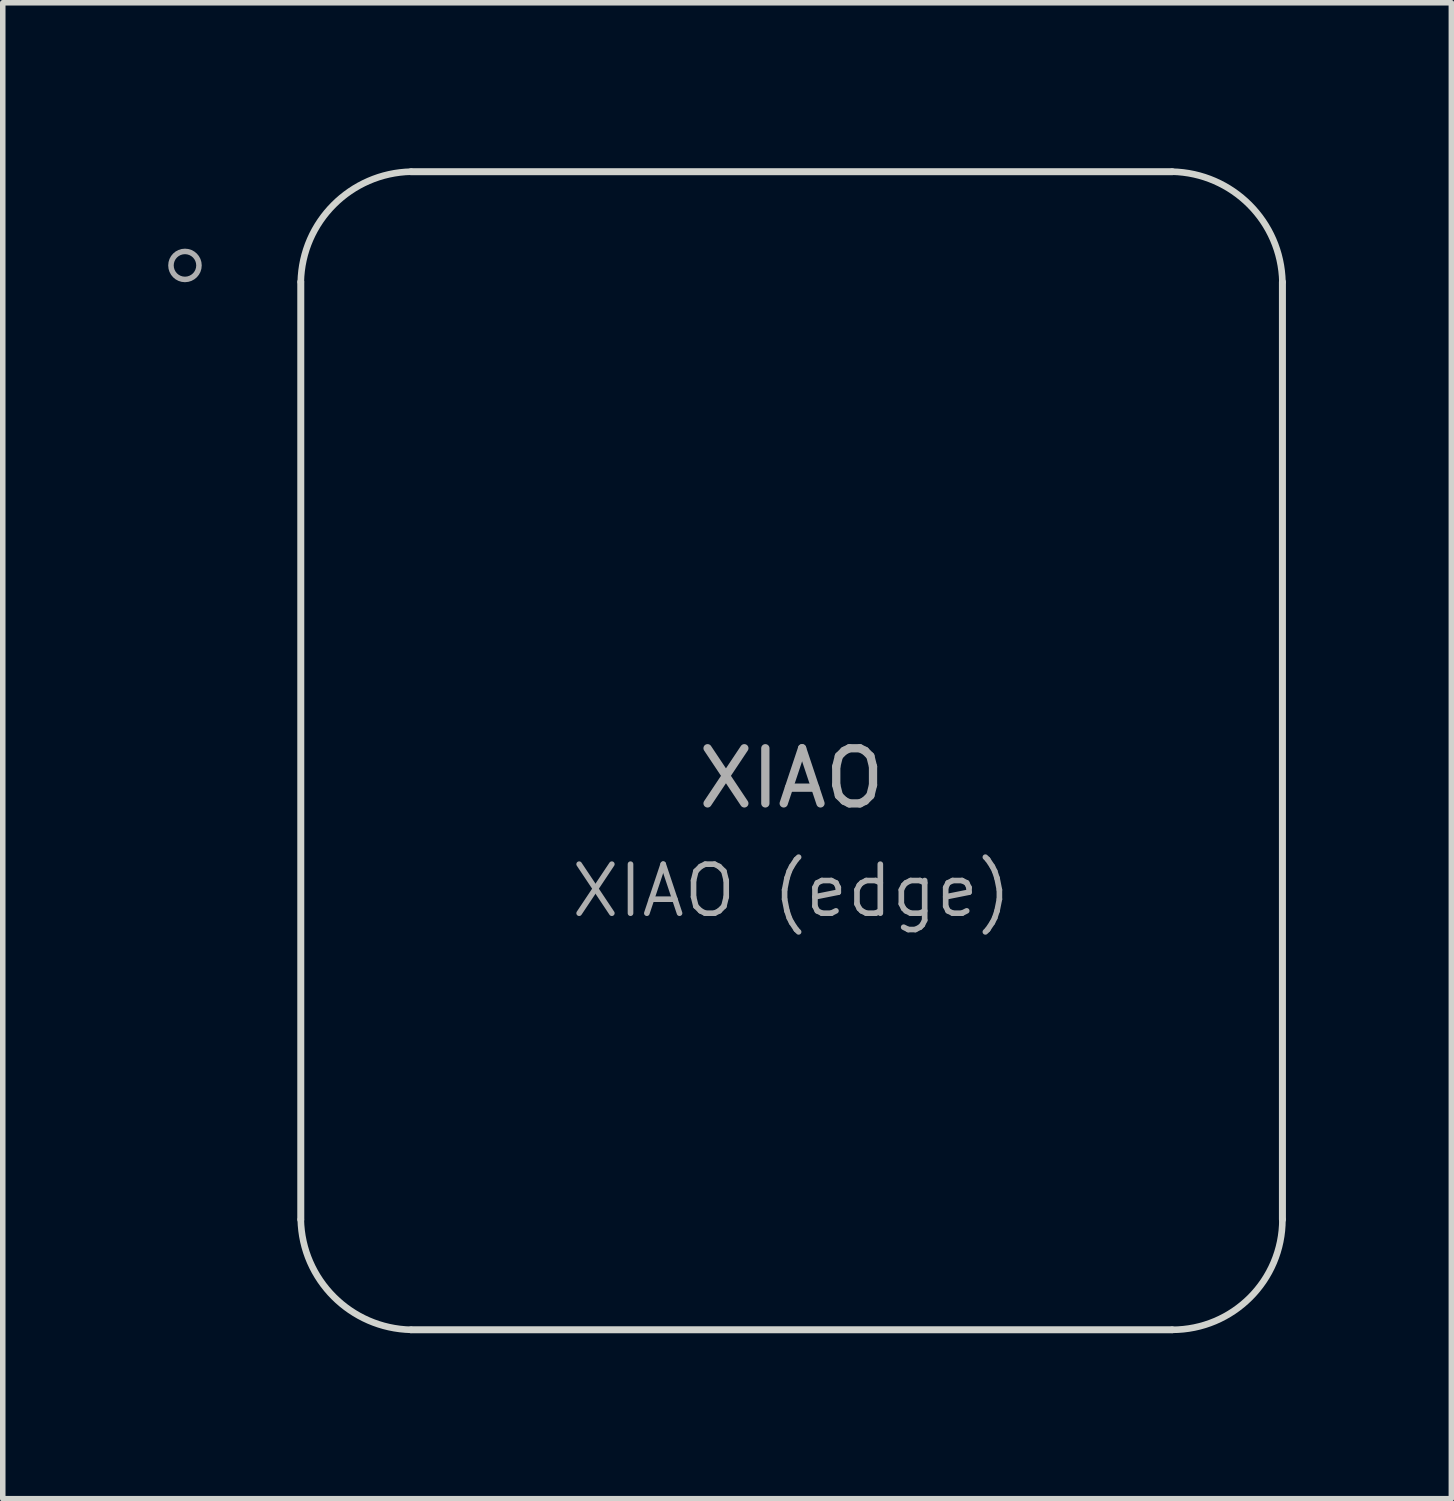
<source format=kicad_pcb>
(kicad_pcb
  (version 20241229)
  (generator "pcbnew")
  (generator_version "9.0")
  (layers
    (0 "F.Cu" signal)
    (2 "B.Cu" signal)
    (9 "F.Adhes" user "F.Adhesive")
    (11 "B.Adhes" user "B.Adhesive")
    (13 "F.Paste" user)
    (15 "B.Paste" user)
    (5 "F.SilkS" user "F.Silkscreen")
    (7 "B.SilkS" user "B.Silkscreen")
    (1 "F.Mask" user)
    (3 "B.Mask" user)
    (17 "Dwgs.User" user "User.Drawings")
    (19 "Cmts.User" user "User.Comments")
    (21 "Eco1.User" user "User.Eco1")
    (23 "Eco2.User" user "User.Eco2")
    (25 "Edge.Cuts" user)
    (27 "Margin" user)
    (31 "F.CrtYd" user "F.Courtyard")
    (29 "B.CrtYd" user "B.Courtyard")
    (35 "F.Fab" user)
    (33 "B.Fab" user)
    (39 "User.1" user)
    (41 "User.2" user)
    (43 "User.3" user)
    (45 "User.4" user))
  (footprint "XIAO (edge)"
    (layer "F.Cu")
    (at 11.304 10.563)
    (property "Reference" "XIAO (edge)" (at 0 2.54 0) (layer "F.Fab") (effects (font (size 0.889 0.889) (thickness 0.102))))
    (attr smd)
    (fp_line (start -8.9 -8.5) (end -8.9 8.5) (stroke (width 0.127) (type solid)) (layer "Edge.Cuts"))
    (fp_line (start -6.9 10.5) (end 6.9 10.5) (stroke (width 0.127) (type solid)) (layer "Edge.Cuts"))
    (fp_line (start 6.9 -10.499) (end -6.9 -10.499) (stroke (width 0.127) (type solid)) (layer "Edge.Cuts"))
    (fp_line (start 8.9 8.5) (end 8.9 -8.5) (stroke (width 0.127) (type solid)) (layer "Edge.Cuts"))
    (fp_arc (start -8.9 -8.5) (mid -8.301491 -9.901491) (end -6.9 -10.5) (stroke (width 0.12) (type solid)) (layer "Edge.Cuts"))
    (fp_arc (start -6.9 10.5) (mid -8.301423 9.901423) (end -8.9 8.5) (stroke (width 0.12) (type solid)) (layer "Edge.Cuts"))
    (fp_arc (start 6.9 -10.5) (mid 8.301494 -9.901494) (end 8.9 -8.5) (stroke (width 0.12) (type solid)) (layer "Edge.Cuts"))
    (fp_arc (start 8.9 8.5) (mid 8.314214 9.914214) (end 6.9 10.5) (stroke (width 0.12) (type solid)) (layer "Edge.Cuts"))
    (fp_poly (pts (xy 8.889 8.522) (xy 8.888 8.571) (xy 8.885 8.62) (xy 8.881 8.669) (xy 8.875 8.717) (xy 8.869 8.766) (xy 8.861 8.815) (xy 8.852 8.863) (xy 8.842 8.911)) (stroke (width 0.025) (type solid)) (fill no) (layer "Edge.Cuts"))
    (fp_line (start -8.9 -8.463) (end -8.9 8.473) (stroke (width 0.025) (type solid)) (layer "F.Fab"))
    (fp_line (start -8.89 8.473) (end -8.889 8.522) (stroke (width 0.025) (type solid)) (layer "F.Fab"))
    (fp_line (start -8.889 8.522) (end -8.888 8.571) (stroke (width 0.025) (type solid)) (layer "F.Fab"))
    (fp_line (start -8.888 -8.562) (end -8.889 -8.512) (stroke (width 0.025) (type solid)) (layer "F.Fab"))
    (fp_line (start -8.888 8.571) (end -8.885 8.62) (stroke (width 0.025) (type solid)) (layer "F.Fab"))
    (fp_line (start -8.885 -8.61) (end -8.888 -8.562) (stroke (width 0.025) (type solid)) (layer "F.Fab"))
    (fp_line (start -8.885 8.62) (end -8.881 8.669) (stroke (width 0.025) (type solid)) (layer "F.Fab"))
    (fp_line (start -8.881 -8.659) (end -8.885 -8.61) (stroke (width 0.025) (type solid)) (layer "F.Fab"))
    (fp_line (start -8.881 8.669) (end -8.875 8.717) (stroke (width 0.025) (type solid)) (layer "F.Fab"))
    (fp_line (start -8.875 -8.708) (end -8.881 -8.659) (stroke (width 0.025) (type solid)) (layer "F.Fab"))
    (fp_line (start -8.875 8.717) (end -8.869 8.766) (stroke (width 0.025) (type solid)) (layer "F.Fab"))
    (fp_line (start -8.869 -8.757) (end -8.875 -8.708) (stroke (width 0.025) (type solid)) (layer "F.Fab"))
    (fp_line (start -8.869 8.766) (end -8.861 8.815) (stroke (width 0.025) (type solid)) (layer "F.Fab"))
    (fp_line (start -8.861 -8.806) (end -8.869 -8.757) (stroke (width 0.025) (type solid)) (layer "F.Fab"))
    (fp_line (start -8.861 8.815) (end -8.852 8.863) (stroke (width 0.025) (type solid)) (layer "F.Fab"))
    (fp_line (start -8.852 -8.854) (end -8.861 -8.806) (stroke (width 0.025) (type solid)) (layer "F.Fab"))
    (fp_line (start -8.852 8.863) (end -8.842 8.911) (stroke (width 0.025) (type solid)) (layer "F.Fab"))
    (fp_line (start -8.842 -8.902) (end -8.852 -8.854) (stroke (width 0.025) (type solid)) (layer "F.Fab"))
    (fp_line (start -8.842 8.911) (end -8.831 8.959) (stroke (width 0.025) (type solid)) (layer "F.Fab"))
    (fp_line (start -8.831 -8.95) (end -8.842 -8.902) (stroke (width 0.025) (type solid)) (layer "F.Fab"))
    (fp_line (start -8.831 8.959) (end -8.819 9.006) (stroke (width 0.025) (type solid)) (layer "F.Fab"))
    (fp_line (start -8.819 -8.997) (end -8.831 -8.95) (stroke (width 0.025) (type solid)) (layer "F.Fab"))
    (fp_line (start -8.819 9.006) (end -8.805 9.054) (stroke (width 0.025) (type solid)) (layer "F.Fab"))
    (fp_line (start -8.805 -9.045) (end -8.819 -8.997) (stroke (width 0.025) (type solid)) (layer "F.Fab"))
    (fp_line (start -8.805 9.054) (end -8.79 9.1) (stroke (width 0.025) (type solid)) (layer "F.Fab"))
    (fp_line (start -8.79 -9.091) (end -8.805 -9.045) (stroke (width 0.025) (type solid)) (layer "F.Fab"))
    (fp_line (start -8.79 9.1) (end -8.775 9.147) (stroke (width 0.025) (type solid)) (layer "F.Fab"))
    (fp_line (start -8.775 -9.138) (end -8.79 -9.091) (stroke (width 0.025) (type solid)) (layer "F.Fab"))
    (fp_line (start -8.775 9.147) (end -8.758 9.193) (stroke (width 0.025) (type solid)) (layer "F.Fab"))
    (fp_line (start -8.758 -9.184) (end -8.775 -9.138) (stroke (width 0.025) (type solid)) (layer "F.Fab"))
    (fp_line (start -8.758 9.193) (end -8.74 9.239) (stroke (width 0.025) (type solid)) (layer "F.Fab"))
    (fp_line (start -8.74 -9.23) (end -8.758 -9.184) (stroke (width 0.025) (type solid)) (layer "F.Fab"))
    (fp_line (start -8.74 9.239) (end -8.721 9.284) (stroke (width 0.025) (type solid)) (layer "F.Fab"))
    (fp_line (start -8.721 -9.275) (end -8.74 -9.23) (stroke (width 0.025) (type solid)) (layer "F.Fab"))
    (fp_line (start -8.721 9.284) (end -8.701 9.329) (stroke (width 0.025) (type solid)) (layer "F.Fab"))
    (fp_line (start -8.701 -9.32) (end -8.721 -9.275) (stroke (width 0.025) (type solid)) (layer "F.Fab"))
    (fp_line (start -8.701 9.329) (end -8.679 9.373) (stroke (width 0.025) (type solid)) (layer "F.Fab"))
    (fp_line (start -8.679 -9.364) (end -8.701 -9.32) (stroke (width 0.025) (type solid)) (layer "F.Fab"))
    (fp_line (start -8.679 9.373) (end -8.657 9.417) (stroke (width 0.025) (type solid)) (layer "F.Fab"))
    (fp_line (start -8.657 -9.408) (end -8.679 -9.364) (stroke (width 0.025) (type solid)) (layer "F.Fab"))
    (fp_line (start -8.657 9.417) (end -8.634 9.46) (stroke (width 0.025) (type solid)) (layer "F.Fab"))
    (fp_line (start -8.634 -9.451) (end -8.657 -9.408) (stroke (width 0.025) (type solid)) (layer "F.Fab"))
    (fp_line (start -8.634 9.46) (end -8.61 9.503) (stroke (width 0.025) (type solid)) (layer "F.Fab"))
    (fp_line (start -8.61 -9.494) (end -8.634 -9.451) (stroke (width 0.025) (type solid)) (layer "F.Fab"))
    (fp_line (start -8.61 9.503) (end -8.584 9.545) (stroke (width 0.025) (type solid)) (layer "F.Fab"))
    (fp_line (start -8.584 -9.536) (end -8.61 -9.494) (stroke (width 0.025) (type solid)) (layer "F.Fab"))
    (fp_line (start -8.584 9.545) (end -8.558 9.586) (stroke (width 0.025) (type solid)) (layer "F.Fab"))
    (fp_line (start -8.558 -9.577) (end -8.584 -9.536) (stroke (width 0.025) (type solid)) (layer "F.Fab"))
    (fp_line (start -8.558 9.586) (end -8.53 9.627) (stroke (width 0.025) (type solid)) (layer "F.Fab"))
    (fp_line (start -8.53 -9.618) (end -8.558 -9.577) (stroke (width 0.025) (type solid)) (layer "F.Fab"))
    (fp_line (start -8.53 9.627) (end -8.502 9.667) (stroke (width 0.025) (type solid)) (layer "F.Fab"))
    (fp_line (start -8.502 -9.658) (end -8.53 -9.618) (stroke (width 0.025) (type solid)) (layer "F.Fab"))
    (fp_line (start -8.502 9.667) (end -8.473 9.706) (stroke (width 0.025) (type solid)) (layer "F.Fab"))
    (fp_line (start -8.473 -9.697) (end -8.502 -9.658) (stroke (width 0.025) (type solid)) (layer "F.Fab"))
    (fp_line (start -8.473 9.706) (end -8.442 9.745) (stroke (width 0.025) (type solid)) (layer "F.Fab"))
    (fp_line (start -8.442 -9.736) (end -8.473 -9.697) (stroke (width 0.025) (type solid)) (layer "F.Fab"))
    (fp_line (start -8.442 9.745) (end -8.411 9.783) (stroke (width 0.025) (type solid)) (layer "F.Fab"))
    (fp_line (start -8.411 -9.774) (end -8.442 -9.736) (stroke (width 0.025) (type solid)) (layer "F.Fab"))
    (fp_line (start -8.411 9.783) (end -8.379 9.82) (stroke (width 0.025) (type solid)) (layer "F.Fab"))
    (fp_line (start -8.379 -9.811) (end -8.411 -9.774) (stroke (width 0.025) (type solid)) (layer "F.Fab"))
    (fp_line (start -8.379 9.82) (end -8.346 9.856) (stroke (width 0.025) (type solid)) (layer "F.Fab"))
    (fp_line (start -8.346 -9.847) (end -8.379 -9.811) (stroke (width 0.025) (type solid)) (layer "F.Fab"))
    (fp_line (start -8.346 9.856) (end -8.312 9.892) (stroke (width 0.025) (type solid)) (layer "F.Fab"))
    (fp_line (start -8.312 -9.883) (end -8.346 -9.847) (stroke (width 0.025) (type solid)) (layer "F.Fab"))
    (fp_line (start -8.312 9.892) (end -8.277 9.927) (stroke (width 0.025) (type solid)) (layer "F.Fab"))
    (fp_line (start -8.277 -9.918) (end -8.312 -9.883) (stroke (width 0.025) (type solid)) (layer "F.Fab"))
    (fp_line (start -8.277 9.927) (end -8.242 9.96) (stroke (width 0.025) (type solid)) (layer "F.Fab"))
    (fp_line (start -8.242 -9.951) (end -8.277 -9.918) (stroke (width 0.025) (type solid)) (layer "F.Fab"))
    (fp_line (start -8.242 9.96) (end -8.205 9.994) (stroke (width 0.025) (type solid)) (layer "F.Fab"))
    (fp_line (start -8.205 -9.984) (end -8.242 -9.951) (stroke (width 0.025) (type solid)) (layer "F.Fab"))
    (fp_line (start -8.205 9.994) (end -8.168 10.026) (stroke (width 0.025) (type solid)) (layer "F.Fab"))
    (fp_line (start -8.168 -10.017) (end -8.205 -9.984) (stroke (width 0.025) (type solid)) (layer "F.Fab"))
    (fp_line (start -8.168 10.026) (end -8.13 10.057) (stroke (width 0.025) (type solid)) (layer "F.Fab"))
    (fp_line (start -8.13 -10.048) (end -8.168 -10.017) (stroke (width 0.025) (type solid)) (layer "F.Fab"))
    (fp_line (start -8.13 10.057) (end -8.092 10.087) (stroke (width 0.025) (type solid)) (layer "F.Fab"))
    (fp_line (start -8.092 -10.078) (end -8.13 -10.048) (stroke (width 0.025) (type solid)) (layer "F.Fab"))
    (fp_line (start -8.092 10.087) (end -8.052 10.116) (stroke (width 0.025) (type solid)) (layer "F.Fab"))
    (fp_line (start -8.052 -10.107) (end -8.092 -10.078) (stroke (width 0.025) (type solid)) (layer "F.Fab"))
    (fp_line (start -8.052 10.116) (end -8.012 10.145) (stroke (width 0.025) (type solid)) (layer "F.Fab"))
    (fp_line (start -8.012 -10.136) (end -8.052 -10.107) (stroke (width 0.025) (type solid)) (layer "F.Fab"))
    (fp_line (start -8.012 10.145) (end -7.972 10.172) (stroke (width 0.025) (type solid)) (layer "F.Fab"))
    (fp_line (start -7.972 -10.163) (end -8.012 -10.136) (stroke (width 0.025) (type solid)) (layer "F.Fab"))
    (fp_line (start -7.972 10.172) (end -7.93 10.199) (stroke (width 0.025) (type solid)) (layer "F.Fab"))
    (fp_line (start -7.93 -10.19) (end -7.972 -10.163) (stroke (width 0.025) (type solid)) (layer "F.Fab"))
    (fp_line (start -7.93 10.199) (end -7.888 10.224) (stroke (width 0.025) (type solid)) (layer "F.Fab"))
    (fp_line (start -7.888 -10.215) (end -7.93 -10.19) (stroke (width 0.025) (type solid)) (layer "F.Fab"))
    (fp_line (start -7.888 10.224) (end -7.846 10.249) (stroke (width 0.025) (type solid)) (layer "F.Fab"))
    (fp_line (start -7.846 -10.239) (end -7.888 -10.215) (stroke (width 0.025) (type solid)) (layer "F.Fab"))
    (fp_line (start -7.846 10.249) (end -7.802 10.272) (stroke (width 0.025) (type solid)) (layer "F.Fab"))
    (fp_line (start -7.802 -10.263) (end -7.846 -10.239) (stroke (width 0.025) (type solid)) (layer "F.Fab"))
    (fp_line (start -7.802 10.272) (end -7.759 10.294) (stroke (width 0.025) (type solid)) (layer "F.Fab"))
    (fp_line (start -7.759 -10.285) (end -7.802 -10.263) (stroke (width 0.025) (type solid)) (layer "F.Fab"))
    (fp_line (start -7.759 10.294) (end -7.714 10.315) (stroke (width 0.025) (type solid)) (layer "F.Fab"))
    (fp_line (start -7.714 -10.306) (end -7.759 -10.285) (stroke (width 0.025) (type solid)) (layer "F.Fab"))
    (fp_line (start -7.714 10.315) (end -7.67 10.335) (stroke (width 0.025) (type solid)) (layer "F.Fab"))
    (fp_line (start -7.67 -10.326) (end -7.714 -10.306) (stroke (width 0.025) (type solid)) (layer "F.Fab"))
    (fp_line (start -7.67 10.335) (end -7.624 10.354) (stroke (width 0.025) (type solid)) (layer "F.Fab"))
    (fp_line (start -7.624 -10.345) (end -7.67 -10.326) (stroke (width 0.025) (type solid)) (layer "F.Fab"))
    (fp_line (start -7.624 10.354) (end -7.579 10.372) (stroke (width 0.025) (type solid)) (layer "F.Fab"))
    (fp_line (start -7.579 -10.363) (end -7.624 -10.345) (stroke (width 0.025) (type solid)) (layer "F.Fab"))
    (fp_line (start -7.579 10.372) (end -7.532 10.389) (stroke (width 0.025) (type solid)) (layer "F.Fab"))
    (fp_line (start -7.532 -10.38) (end -7.579 -10.363) (stroke (width 0.025) (type solid)) (layer "F.Fab"))
    (fp_line (start -7.532 10.389) (end -7.486 10.405) (stroke (width 0.025) (type solid)) (layer "F.Fab"))
    (fp_line (start -7.486 -10.396) (end -7.532 -10.38) (stroke (width 0.025) (type solid)) (layer "F.Fab"))
    (fp_line (start -7.486 10.405) (end -7.439 10.42) (stroke (width 0.025) (type solid)) (layer "F.Fab"))
    (fp_line (start -7.439 -10.411) (end -7.486 -10.396) (stroke (width 0.025) (type solid)) (layer "F.Fab"))
    (fp_line (start -7.439 10.42) (end -7.392 10.433) (stroke (width 0.025) (type solid)) (layer "F.Fab"))
    (fp_line (start -7.392 -10.424) (end -7.439 -10.411) (stroke (width 0.025) (type solid)) (layer "F.Fab"))
    (fp_line (start -7.392 10.433) (end -7.344 10.446) (stroke (width 0.025) (type solid)) (layer "F.Fab"))
    (fp_line (start -7.344 -10.436) (end -7.392 -10.424) (stroke (width 0.025) (type solid)) (layer "F.Fab"))
    (fp_line (start -7.344 10.446) (end -7.296 10.457) (stroke (width 0.025) (type solid)) (layer "F.Fab"))
    (fp_line (start -7.296 -10.448) (end -7.344 -10.436) (stroke (width 0.025) (type solid)) (layer "F.Fab"))
    (fp_line (start -7.296 10.457) (end -7.248 10.467) (stroke (width 0.025) (type solid)) (layer "F.Fab"))
    (fp_line (start -7.248 -10.458) (end -7.296 -10.448) (stroke (width 0.025) (type solid)) (layer "F.Fab"))
    (fp_line (start -7.248 10.467) (end -7.2 10.476) (stroke (width 0.025) (type solid)) (layer "F.Fab"))
    (fp_line (start -7.2 -10.466) (end -7.248 -10.458) (stroke (width 0.025) (type solid)) (layer "F.Fab"))
    (fp_line (start -7.2 10.476) (end -7.152 10.483) (stroke (width 0.025) (type solid)) (layer "F.Fab"))
    (fp_line (start -7.152 -10.474) (end -7.2 -10.466) (stroke (width 0.025) (type solid)) (layer "F.Fab"))
    (fp_line (start -7.152 10.483) (end -7.103 10.49) (stroke (width 0.025) (type solid)) (layer "F.Fab"))
    (fp_line (start -7.103 -10.481) (end -7.152 -10.474) (stroke (width 0.025) (type solid)) (layer "F.Fab"))
    (fp_line (start -7.103 10.49) (end -7.054 10.495) (stroke (width 0.025) (type solid)) (layer "F.Fab"))
    (fp_line (start -7.054 -10.486) (end -7.103 -10.481) (stroke (width 0.025) (type solid)) (layer "F.Fab"))
    (fp_line (start -7.054 10.495) (end -7.005 10.499) (stroke (width 0.025) (type solid)) (layer "F.Fab"))
    (fp_line (start -7.005 -10.49) (end -7.054 -10.486) (stroke (width 0.025) (type solid)) (layer "F.Fab"))
    (fp_line (start -7.005 10.499) (end -6.956 10.502) (stroke (width 0.025) (type solid)) (layer "F.Fab"))
    (fp_line (start -6.956 -10.493) (end -7.005 -10.49) (stroke (width 0.025) (type solid)) (layer "F.Fab"))
    (fp_line (start -6.956 10.502) (end -6.907 10.504) (stroke (width 0.025) (type solid)) (layer "F.Fab"))
    (fp_line (start -6.907 -10.495) (end -6.956 -10.493) (stroke (width 0.025) (type solid)) (layer "F.Fab"))
    (fp_line (start -6.907 10.504) (end -6.858 10.505) (stroke (width 0.025) (type solid)) (layer "F.Fab"))
    (fp_line (start -6.858 -10.495) (end -6.907 -10.495) (stroke (width 0.025) (type solid)) (layer "F.Fab"))
    (fp_line (start -6.858 10.505) (end 6.858 10.505) (stroke (width 0.025) (type solid)) (layer "F.Fab"))
    (fp_line (start 6.858 -10.495) (end -6.858 -10.495) (stroke (width 0.025) (type solid)) (layer "F.Fab"))
    (fp_line (start 6.858 10.505) (end 6.907 10.504) (stroke (width 0.025) (type solid)) (layer "F.Fab"))
    (fp_line (start 6.907 -10.495) (end 6.858 -10.495) (stroke (width 0.025) (type solid)) (layer "F.Fab"))
    (fp_line (start 6.907 10.504) (end 6.956 10.502) (stroke (width 0.025) (type solid)) (layer "F.Fab"))
    (fp_line (start 6.956 -10.493) (end 6.907 -10.495) (stroke (width 0.025) (type solid)) (layer "F.Fab"))
    (fp_line (start 6.956 10.502) (end 7.005 10.499) (stroke (width 0.025) (type solid)) (layer "F.Fab"))
    (fp_line (start 7.005 -10.49) (end 6.956 -10.493) (stroke (width 0.025) (type solid)) (layer "F.Fab"))
    (fp_line (start 7.005 10.499) (end 7.054 10.495) (stroke (width 0.025) (type solid)) (layer "F.Fab"))
    (fp_line (start 7.054 -10.486) (end 7.005 -10.49) (stroke (width 0.025) (type solid)) (layer "F.Fab"))
    (fp_line (start 7.054 10.495) (end 7.103 10.49) (stroke (width 0.025) (type solid)) (layer "F.Fab"))
    (fp_line (start 7.103 -10.481) (end 7.054 -10.486) (stroke (width 0.025) (type solid)) (layer "F.Fab"))
    (fp_line (start 7.103 10.49) (end 7.152 10.483) (stroke (width 0.025) (type solid)) (layer "F.Fab"))
    (fp_line (start 7.152 -10.474) (end 7.103 -10.481) (stroke (width 0.025) (type solid)) (layer "F.Fab"))
    (fp_line (start 7.152 10.483) (end 7.2 10.476) (stroke (width 0.025) (type solid)) (layer "F.Fab"))
    (fp_line (start 7.2 -10.466) (end 7.152 -10.474) (stroke (width 0.025) (type solid)) (layer "F.Fab"))
    (fp_line (start 7.2 10.476) (end 7.248 10.467) (stroke (width 0.025) (type solid)) (layer "F.Fab"))
    (fp_line (start 7.248 -10.458) (end 7.2 -10.466) (stroke (width 0.025) (type solid)) (layer "F.Fab"))
    (fp_line (start 7.248 10.467) (end 7.296 10.457) (stroke (width 0.025) (type solid)) (layer "F.Fab"))
    (fp_line (start 7.296 -10.448) (end 7.248 -10.458) (stroke (width 0.025) (type solid)) (layer "F.Fab"))
    (fp_line (start 7.296 10.457) (end 7.344 10.446) (stroke (width 0.025) (type solid)) (layer "F.Fab"))
    (fp_line (start 7.344 -10.436) (end 7.296 -10.448) (stroke (width 0.025) (type solid)) (layer "F.Fab"))
    (fp_line (start 7.344 10.446) (end 7.392 10.433) (stroke (width 0.025) (type solid)) (layer "F.Fab"))
    (fp_line (start 7.392 -10.424) (end 7.344 -10.436) (stroke (width 0.025) (type solid)) (layer "F.Fab"))
    (fp_line (start 7.392 10.433) (end 7.439 10.42) (stroke (width 0.025) (type solid)) (layer "F.Fab"))
    (fp_line (start 7.439 -10.411) (end 7.392 -10.424) (stroke (width 0.025) (type solid)) (layer "F.Fab"))
    (fp_line (start 7.439 10.42) (end 7.486 10.405) (stroke (width 0.025) (type solid)) (layer "F.Fab"))
    (fp_line (start 7.486 -10.396) (end 7.439 -10.411) (stroke (width 0.025) (type solid)) (layer "F.Fab"))
    (fp_line (start 7.486 10.405) (end 7.532 10.389) (stroke (width 0.025) (type solid)) (layer "F.Fab"))
    (fp_line (start 7.532 -10.38) (end 7.486 -10.396) (stroke (width 0.025) (type solid)) (layer "F.Fab"))
    (fp_line (start 7.532 10.389) (end 7.579 10.372) (stroke (width 0.025) (type solid)) (layer "F.Fab"))
    (fp_line (start 7.579 -10.363) (end 7.532 -10.38) (stroke (width 0.025) (type solid)) (layer "F.Fab"))
    (fp_line (start 7.579 10.372) (end 7.624 10.354) (stroke (width 0.025) (type solid)) (layer "F.Fab"))
    (fp_line (start 7.624 -10.345) (end 7.579 -10.363) (stroke (width 0.025) (type solid)) (layer "F.Fab"))
    (fp_line (start 7.624 10.354) (end 7.67 10.335) (stroke (width 0.025) (type solid)) (layer "F.Fab"))
    (fp_line (start 7.67 -10.326) (end 7.624 -10.345) (stroke (width 0.025) (type solid)) (layer "F.Fab"))
    (fp_line (start 7.67 10.335) (end 7.714 10.315) (stroke (width 0.025) (type solid)) (layer "F.Fab"))
    (fp_line (start 7.714 -10.306) (end 7.67 -10.326) (stroke (width 0.025) (type solid)) (layer "F.Fab"))
    (fp_line (start 7.714 10.315) (end 7.759 10.294) (stroke (width 0.025) (type solid)) (layer "F.Fab"))
    (fp_line (start 7.759 -10.285) (end 7.714 -10.306) (stroke (width 0.025) (type solid)) (layer "F.Fab"))
    (fp_line (start 7.759 10.294) (end 7.802 10.272) (stroke (width 0.025) (type solid)) (layer "F.Fab"))
    (fp_line (start 7.802 -10.263) (end 7.759 -10.285) (stroke (width 0.025) (type solid)) (layer "F.Fab"))
    (fp_line (start 7.802 10.272) (end 7.846 10.249) (stroke (width 0.025) (type solid)) (layer "F.Fab"))
    (fp_line (start 7.846 -10.239) (end 7.802 -10.263) (stroke (width 0.025) (type solid)) (layer "F.Fab"))
    (fp_line (start 7.846 10.249) (end 7.888 10.224) (stroke (width 0.025) (type solid)) (layer "F.Fab"))
    (fp_line (start 7.888 -10.215) (end 7.846 -10.239) (stroke (width 0.025) (type solid)) (layer "F.Fab"))
    (fp_line (start 7.888 10.224) (end 7.93 10.199) (stroke (width 0.025) (type solid)) (layer "F.Fab"))
    (fp_line (start 7.93 -10.19) (end 7.888 -10.215) (stroke (width 0.025) (type solid)) (layer "F.Fab"))
    (fp_line (start 7.93 10.199) (end 7.972 10.172) (stroke (width 0.025) (type solid)) (layer "F.Fab"))
    (fp_line (start 7.972 -10.163) (end 7.93 -10.19) (stroke (width 0.025) (type solid)) (layer "F.Fab"))
    (fp_line (start 7.972 10.172) (end 8.012 10.145) (stroke (width 0.025) (type solid)) (layer "F.Fab"))
    (fp_line (start 8.012 -10.136) (end 7.972 -10.163) (stroke (width 0.025) (type solid)) (layer "F.Fab"))
    (fp_line (start 8.012 10.145) (end 8.052 10.116) (stroke (width 0.025) (type solid)) (layer "F.Fab"))
    (fp_line (start 8.052 -10.107) (end 8.012 -10.136) (stroke (width 0.025) (type solid)) (layer "F.Fab"))
    (fp_line (start 8.052 10.116) (end 8.092 10.087) (stroke (width 0.025) (type solid)) (layer "F.Fab"))
    (fp_line (start 8.092 -10.078) (end 8.052 -10.107) (stroke (width 0.025) (type solid)) (layer "F.Fab"))
    (fp_line (start 8.092 10.087) (end 8.13 10.057) (stroke (width 0.025) (type solid)) (layer "F.Fab"))
    (fp_line (start 8.13 -10.048) (end 8.092 -10.078) (stroke (width 0.025) (type solid)) (layer "F.Fab"))
    (fp_line (start 8.13 10.057) (end 8.168 10.026) (stroke (width 0.025) (type solid)) (layer "F.Fab"))
    (fp_line (start 8.168 -10.017) (end 8.13 -10.048) (stroke (width 0.025) (type solid)) (layer "F.Fab"))
    (fp_line (start 8.168 10.026) (end 8.205 9.994) (stroke (width 0.025) (type solid)) (layer "F.Fab"))
    (fp_line (start 8.205 -9.984) (end 8.168 -10.017) (stroke (width 0.025) (type solid)) (layer "F.Fab"))
    (fp_line (start 8.205 9.994) (end 8.242 9.96) (stroke (width 0.025) (type solid)) (layer "F.Fab"))
    (fp_line (start 8.242 -9.951) (end 8.205 -9.984) (stroke (width 0.025) (type solid)) (layer "F.Fab"))
    (fp_line (start 8.242 9.96) (end 8.277 9.927) (stroke (width 0.025) (type solid)) (layer "F.Fab"))
    (fp_line (start 8.277 -9.918) (end 8.242 -9.951) (stroke (width 0.025) (type solid)) (layer "F.Fab"))
    (fp_line (start 8.277 9.927) (end 8.312 9.892) (stroke (width 0.025) (type solid)) (layer "F.Fab"))
    (fp_line (start 8.312 -9.883) (end 8.277 -9.918) (stroke (width 0.025) (type solid)) (layer "F.Fab"))
    (fp_line (start 8.312 9.892) (end 8.346 9.856) (stroke (width 0.025) (type solid)) (layer "F.Fab"))
    (fp_line (start 8.346 -9.847) (end 8.312 -9.883) (stroke (width 0.025) (type solid)) (layer "F.Fab"))
    (fp_line (start 8.346 9.856) (end 8.379 9.82) (stroke (width 0.025) (type solid)) (layer "F.Fab"))
    (fp_line (start 8.379 -9.811) (end 8.346 -9.847) (stroke (width 0.025) (type solid)) (layer "F.Fab"))
    (fp_line (start 8.379 9.82) (end 8.411 9.783) (stroke (width 0.025) (type solid)) (layer "F.Fab"))
    (fp_line (start 8.411 -9.774) (end 8.379 -9.811) (stroke (width 0.025) (type solid)) (layer "F.Fab"))
    (fp_line (start 8.411 9.783) (end 8.442 9.745) (stroke (width 0.025) (type solid)) (layer "F.Fab"))
    (fp_line (start 8.442 -9.736) (end 8.411 -9.774) (stroke (width 0.025) (type solid)) (layer "F.Fab"))
    (fp_line (start 8.442 9.745) (end 8.473 9.706) (stroke (width 0.025) (type solid)) (layer "F.Fab"))
    (fp_line (start 8.473 -9.697) (end 8.442 -9.736) (stroke (width 0.025) (type solid)) (layer "F.Fab"))
    (fp_line (start 8.473 9.706) (end 8.502 9.667) (stroke (width 0.025) (type solid)) (layer "F.Fab"))
    (fp_line (start 8.502 -9.658) (end 8.473 -9.697) (stroke (width 0.025) (type solid)) (layer "F.Fab"))
    (fp_line (start 8.502 9.667) (end 8.53 9.627) (stroke (width 0.025) (type solid)) (layer "F.Fab"))
    (fp_line (start 8.53 -9.618) (end 8.502 -9.658) (stroke (width 0.025) (type solid)) (layer "F.Fab"))
    (fp_line (start 8.53 9.627) (end 8.558 9.586) (stroke (width 0.025) (type solid)) (layer "F.Fab"))
    (fp_line (start 8.558 -9.577) (end 8.53 -9.618) (stroke (width 0.025) (type solid)) (layer "F.Fab"))
    (fp_line (start 8.558 9.586) (end 8.584 9.545) (stroke (width 0.025) (type solid)) (layer "F.Fab"))
    (fp_line (start 8.584 -9.536) (end 8.558 -9.577) (stroke (width 0.025) (type solid)) (layer "F.Fab"))
    (fp_line (start 8.584 9.545) (end 8.61 9.503) (stroke (width 0.025) (type solid)) (layer "F.Fab"))
    (fp_line (start 8.61 -9.494) (end 8.584 -9.536) (stroke (width 0.025) (type solid)) (layer "F.Fab"))
    (fp_line (start 8.61 9.503) (end 8.634 9.46) (stroke (width 0.025) (type solid)) (layer "F.Fab"))
    (fp_line (start 8.634 -9.451) (end 8.61 -9.494) (stroke (width 0.025) (type solid)) (layer "F.Fab"))
    (fp_line (start 8.634 9.46) (end 8.657 9.417) (stroke (width 0.025) (type solid)) (layer "F.Fab"))
    (fp_line (start 8.657 -9.408) (end 8.634 -9.451) (stroke (width 0.025) (type solid)) (layer "F.Fab"))
    (fp_line (start 8.657 9.417) (end 8.679 9.373) (stroke (width 0.025) (type solid)) (layer "F.Fab"))
    (fp_line (start 8.679 -9.364) (end 8.657 -9.408) (stroke (width 0.025) (type solid)) (layer "F.Fab"))
    (fp_line (start 8.679 9.373) (end 8.701 9.329) (stroke (width 0.025) (type solid)) (layer "F.Fab"))
    (fp_line (start 8.701 -9.32) (end 8.679 -9.364) (stroke (width 0.025) (type solid)) (layer "F.Fab"))
    (fp_line (start 8.701 9.329) (end 8.721 9.284) (stroke (width 0.025) (type solid)) (layer "F.Fab"))
    (fp_line (start 8.721 -9.275) (end 8.701 -9.32) (stroke (width 0.025) (type solid)) (layer "F.Fab"))
    (fp_line (start 8.721 9.284) (end 8.74 9.239) (stroke (width 0.025) (type solid)) (layer "F.Fab"))
    (fp_line (start 8.74 -9.23) (end 8.721 -9.275) (stroke (width 0.025) (type solid)) (layer "F.Fab"))
    (fp_line (start 8.74 9.239) (end 8.758 9.193) (stroke (width 0.025) (type solid)) (layer "F.Fab"))
    (fp_line (start 8.758 -9.184) (end 8.74 -9.23) (stroke (width 0.025) (type solid)) (layer "F.Fab"))
    (fp_line (start 8.758 9.193) (end 8.775 9.147) (stroke (width 0.025) (type solid)) (layer "F.Fab"))
    (fp_line (start 8.775 -9.138) (end 8.758 -9.184) (stroke (width 0.025) (type solid)) (layer "F.Fab"))
    (fp_line (start 8.775 9.147) (end 8.79 9.1) (stroke (width 0.025) (type solid)) (layer "F.Fab"))
    (fp_line (start 8.79 -9.091) (end 8.775 -9.138) (stroke (width 0.025) (type solid)) (layer "F.Fab"))
    (fp_line (start 8.79 9.1) (end 8.805 9.054) (stroke (width 0.025) (type solid)) (layer "F.Fab"))
    (fp_line (start 8.805 -9.045) (end 8.79 -9.091) (stroke (width 0.025) (type solid)) (layer "F.Fab"))
    (fp_line (start 8.805 9.054) (end 8.819 9.006) (stroke (width 0.025) (type solid)) (layer "F.Fab"))
    (fp_line (start 8.819 -8.997) (end 8.805 -9.045) (stroke (width 0.025) (type solid)) (layer "F.Fab"))
    (fp_line (start 8.819 9.006) (end 8.831 8.959) (stroke (width 0.025) (type solid)) (layer "F.Fab"))
    (fp_line (start 8.831 -8.95) (end 8.819 -8.997) (stroke (width 0.025) (type solid)) (layer "F.Fab"))
    (fp_line (start 8.831 8.959) (end 8.842 8.911) (stroke (width 0.025) (type solid)) (layer "F.Fab"))
    (fp_line (start 8.842 -8.902) (end 8.831 -8.95) (stroke (width 0.025) (type solid)) (layer "F.Fab"))
    (fp_line (start 8.842 8.911) (end 8.852 8.863) (stroke (width 0.025) (type solid)) (layer "F.Fab"))
    (fp_line (start 8.852 -8.854) (end 8.842 -8.902) (stroke (width 0.025) (type solid)) (layer "F.Fab"))
    (fp_line (start 8.852 8.863) (end 8.861 8.815) (stroke (width 0.025) (type solid)) (layer "F.Fab"))
    (fp_line (start 8.861 -8.806) (end 8.852 -8.854) (stroke (width 0.025) (type solid)) (layer "F.Fab"))
    (fp_line (start 8.861 8.815) (end 8.869 8.766) (stroke (width 0.025) (type solid)) (layer "F.Fab"))
    (fp_line (start 8.869 -8.757) (end 8.861 -8.806) (stroke (width 0.025) (type solid)) (layer "F.Fab"))
    (fp_line (start 8.869 8.766) (end 8.875 8.717) (stroke (width 0.025) (type solid)) (layer "F.Fab"))
    (fp_line (start 8.875 -8.708) (end 8.869 -8.757) (stroke (width 0.025) (type solid)) (layer "F.Fab"))
    (fp_line (start 8.875 8.717) (end 8.881 8.669) (stroke (width 0.025) (type solid)) (layer "F.Fab"))
    (fp_line (start 8.881 -8.659) (end 8.875 -8.708) (stroke (width 0.025) (type solid)) (layer "F.Fab"))
    (fp_line (start 8.881 8.669) (end 8.885 8.62) (stroke (width 0.025) (type solid)) (layer "F.Fab"))
    (fp_line (start 8.885 -8.61) (end 8.881 -8.659) (stroke (width 0.025) (type solid)) (layer "F.Fab"))
    (fp_line (start 8.885 8.62) (end 8.888 8.571) (stroke (width 0.025) (type solid)) (layer "F.Fab"))
    (fp_line (start 8.888 -8.562) (end 8.885 -8.61) (stroke (width 0.025) (type solid)) (layer "F.Fab"))
    (fp_line (start 8.888 8.571) (end 8.889 8.522) (stroke (width 0.025) (type solid)) (layer "F.Fab"))
    (fp_line (start 8.889 -8.512) (end 8.888 -8.562) (stroke (width 0.025) (type solid)) (layer "F.Fab"))
    (fp_line (start 8.889 8.522) (end 8.89 8.473) (stroke (width 0.025) (type solid)) (layer "F.Fab"))
    (fp_line (start 8.89 -8.463) (end 8.889 -8.512) (stroke (width 0.025) (type solid)) (layer "F.Fab"))
    (fp_line (start 8.9 8.473) (end 8.9 -8.463) (stroke (width 0.025) (type solid)) (layer "F.Fab"))
    (fp_circle (center -11 -8.8) (end -10.746 -8.8) (stroke (width 0.1) (type solid)) (fill no) (layer "F.Fab"))
    (fp_text user "XIAO" (at 0 0.5 0) (unlocked yes) (layer "F.Fab") (effects (font (size 1 1) (thickness 0.15)))))
  (gr_rect
    (start -3 -3)
    (end 23.267 24.126)
    (stroke (width 0.1) (type default))
    (fill no)
    (layer "Edge.Cuts")))
</source>
